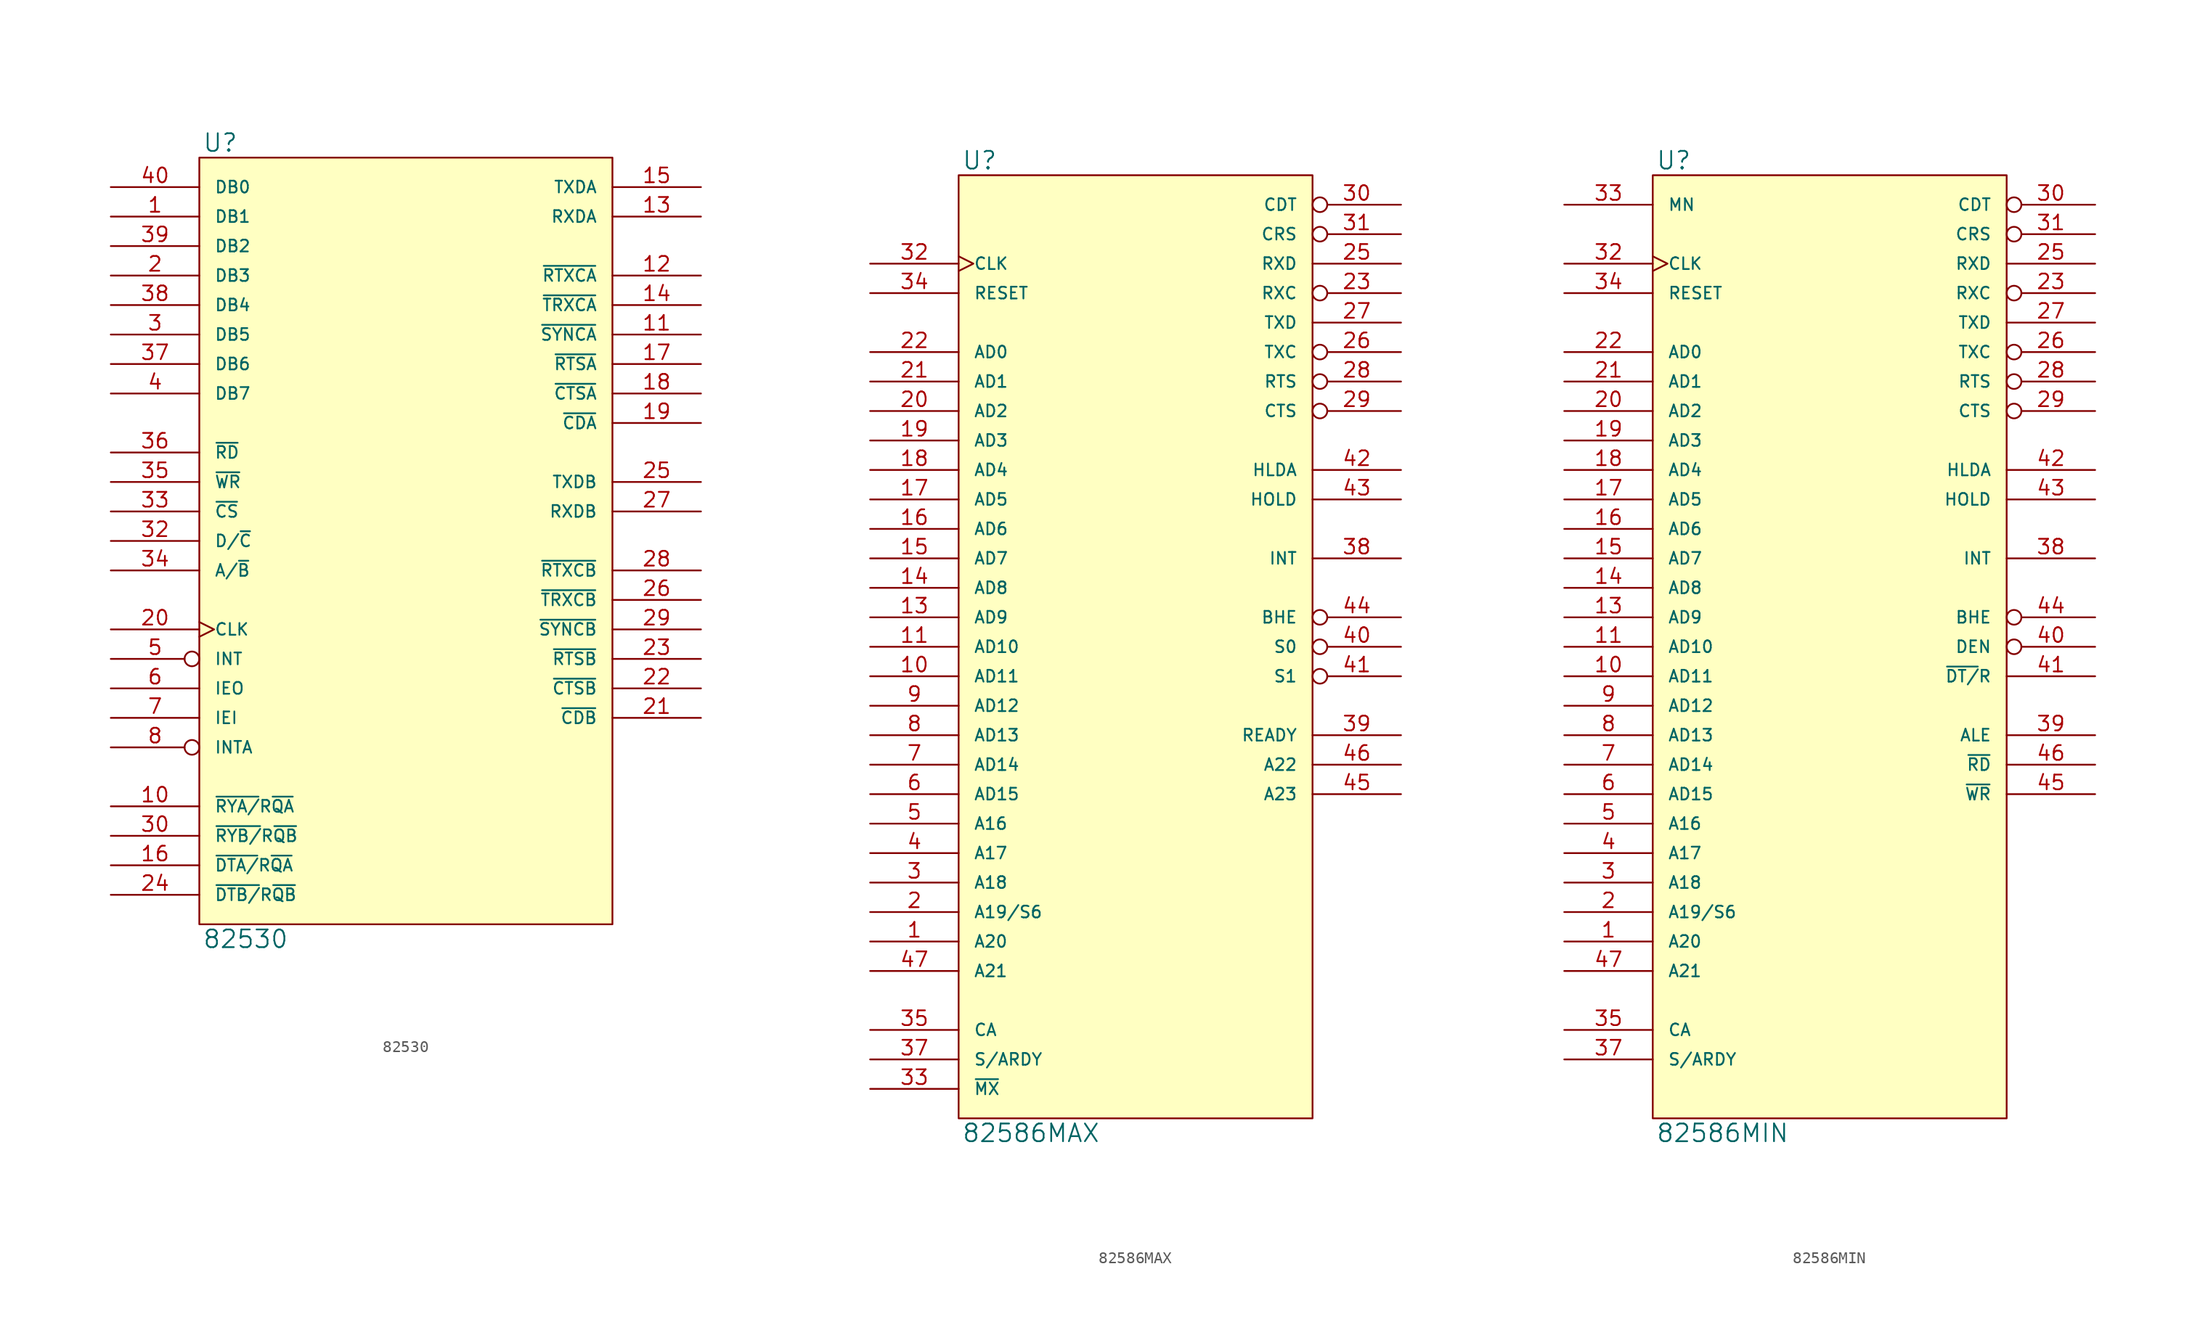
<source format=kicad_sym>
(kicad_symbol_lib
  (version 20231120)
  (generator "kicad_symbol_editor")
  (generator_version "8.0")
  (symbol "82530"
    (pin_names
      (offset 1.27))
    (property "Reference" "U"
      (at 0.254 0.381 0)
      (effects (font (size 1.524 1.524)) (justify left bottom)))
    (property "Value" "82530"
      (at 0.254 -66.421 0)
      (effects (font (size 1.524 1.524)) (justify left top)))
    (symbol "82530_0_1"
      (rectangle (start 0 0) (end 35.56 -66.04) (stroke (width 0) (type solid)) (fill (type background))))
    (symbol "82530_1_1"
      (pin bidirectional line (at -7.62 -5.08 0) (length 7.62) (name "DB1" (effects (font (size 1.016 1.016)))) (number "1" (effects (font (size 1.27 1.27)))))
      (pin output line (at -7.62 -55.88 0) (length 7.62) (name "~{RYA/}R~{QA}" (effects (font (size 1.016 1.016)))) (number "10" (effects (font (size 1.27 1.27)))))
      (pin bidirectional line (at 43.18 -15.24 180) (length 7.62) (name "~{SYNCA}" (effects (font (size 1.016 1.016)))) (number "11" (effects (font (size 1.27 1.27)))))
      (pin input line (at 43.18 -10.16 180) (length 7.62) (name "~{RTXCA}" (effects (font (size 1.016 1.016)))) (number "12" (effects (font (size 1.27 1.27)))))
      (pin input line (at 43.18 -5.08 180) (length 7.62) (name "RXDA" (effects (font (size 1.016 1.016)))) (number "13" (effects (font (size 1.27 1.27)))))
      (pin bidirectional line (at 43.18 -12.7 180) (length 7.62) (name "~{TRXCA}" (effects (font (size 1.016 1.016)))) (number "14" (effects (font (size 1.27 1.27)))))
      (pin output line (at 43.18 -2.54 180) (length 7.62) (name "TXDA" (effects (font (size 1.016 1.016)))) (number "15" (effects (font (size 1.27 1.27)))))
      (pin output line (at -7.62 -60.96 0) (length 7.62) (name "~{DTA/}R~{QA}" (effects (font (size 1.016 1.016)))) (number "16" (effects (font (size 1.27 1.27)))))
      (pin output line (at 43.18 -17.78 180) (length 7.62) (name "~{RTSA}" (effects (font (size 1.016 1.016)))) (number "17" (effects (font (size 1.27 1.27)))))
      (pin input line (at 43.18 -20.32 180) (length 7.62) (name "~{CTSA}" (effects (font (size 1.016 1.016)))) (number "18" (effects (font (size 1.27 1.27)))))
      (pin input line (at 43.18 -22.86 180) (length 7.62) (name "~{CDA}" (effects (font (size 1.016 1.016)))) (number "19" (effects (font (size 1.27 1.27)))))
      (pin bidirectional line (at -7.62 -10.16 0) (length 7.62) (name "DB3" (effects (font (size 1.016 1.016)))) (number "2" (effects (font (size 1.27 1.27)))))
      (pin input clock (at -7.62 -40.64 0) (length 7.62) (name "CLK" (effects (font (size 1.016 1.016)))) (number "20" (effects (font (size 1.27 1.27)))))
      (pin input line (at 43.18 -48.26 180) (length 7.62) (name "~{CDB}" (effects (font (size 1.016 1.016)))) (number "21" (effects (font (size 1.27 1.27)))))
      (pin input line (at 43.18 -45.72 180) (length 7.62) (name "~{CTSB}" (effects (font (size 1.016 1.016)))) (number "22" (effects (font (size 1.27 1.27)))))
      (pin output line (at 43.18 -43.18 180) (length 7.62) (name "~{RTSB}" (effects (font (size 1.016 1.016)))) (number "23" (effects (font (size 1.27 1.27)))))
      (pin output line (at -7.62 -63.5 0) (length 7.62) (name "~{DTB/}R~{QB}" (effects (font (size 1.016 1.016)))) (number "24" (effects (font (size 1.27 1.27)))))
      (pin output line (at 43.18 -27.94 180) (length 7.62) (name "TXDB" (effects (font (size 1.016 1.016)))) (number "25" (effects (font (size 1.27 1.27)))))
      (pin bidirectional line (at 43.18 -38.1 180) (length 7.62) (name "~{TRXCB}" (effects (font (size 1.016 1.016)))) (number "26" (effects (font (size 1.27 1.27)))))
      (pin input line (at 43.18 -30.48 180) (length 7.62) (name "RXDB" (effects (font (size 1.016 1.016)))) (number "27" (effects (font (size 1.27 1.27)))))
      (pin input line (at 43.18 -35.56 180) (length 7.62) (name "~{RTXCB}" (effects (font (size 1.016 1.016)))) (number "28" (effects (font (size 1.27 1.27)))))
      (pin bidirectional line (at 43.18 -40.64 180) (length 7.62) (name "~{SYNCB}" (effects (font (size 1.016 1.016)))) (number "29" (effects (font (size 1.27 1.27)))))
      (pin bidirectional line (at -7.62 -15.24 0) (length 7.62) (name "DB5" (effects (font (size 1.016 1.016)))) (number "3" (effects (font (size 1.27 1.27)))))
      (pin output line (at -7.62 -58.42 0) (length 7.62) (name "~{RYB/}R~{QB}" (effects (font (size 1.016 1.016)))) (number "30" (effects (font (size 1.27 1.27)))))
      (pin power_in line (at 0 -66.04 90) (length 0) hide (name "GND" (effects (font (size 1.016 1.016)))) (number "31" (effects (font (size 1.27 1.27)))))
      (pin input line (at -7.62 -33.02 0) (length 7.62) (name "D/~{C}" (effects (font (size 1.016 1.016)))) (number "32" (effects (font (size 1.27 1.27)))))
      (pin input line (at -7.62 -30.48 0) (length 7.62) (name "~{CS}" (effects (font (size 1.016 1.016)))) (number "33" (effects (font (size 1.27 1.27)))))
      (pin input line (at -7.62 -35.56 0) (length 7.62) (name "A/~{B}" (effects (font (size 1.016 1.016)))) (number "34" (effects (font (size 1.27 1.27)))))
      (pin input line (at -7.62 -27.94 0) (length 7.62) (name "~{WR}" (effects (font (size 1.016 1.016)))) (number "35" (effects (font (size 1.27 1.27)))))
      (pin input line (at -7.62 -25.4 0) (length 7.62) (name "~{RD}" (effects (font (size 1.016 1.016)))) (number "36" (effects (font (size 1.27 1.27)))))
      (pin bidirectional line (at -7.62 -17.78 0) (length 7.62) (name "DB6" (effects (font (size 1.016 1.016)))) (number "37" (effects (font (size 1.27 1.27)))))
      (pin bidirectional line (at -7.62 -12.7 0) (length 7.62) (name "DB4" (effects (font (size 1.016 1.016)))) (number "38" (effects (font (size 1.27 1.27)))))
      (pin bidirectional line (at -7.62 -7.62 0) (length 7.62) (name "DB2" (effects (font (size 1.016 1.016)))) (number "39" (effects (font (size 1.27 1.27)))))
      (pin bidirectional line (at -7.62 -20.32 0) (length 7.62) (name "DB7" (effects (font (size 1.016 1.016)))) (number "4" (effects (font (size 1.27 1.27)))))
      (pin bidirectional line (at -7.62 -2.54 0) (length 7.62) (name "DB0" (effects (font (size 1.016 1.016)))) (number "40" (effects (font (size 1.27 1.27)))))
      (pin output inverted (at -7.62 -43.18 0) (length 7.62) (name "INT" (effects (font (size 1.016 1.016)))) (number "5" (effects (font (size 1.27 1.27)))))
      (pin output line (at -7.62 -45.72 0) (length 7.62) (name "IEO" (effects (font (size 1.016 1.016)))) (number "6" (effects (font (size 1.27 1.27)))))
      (pin input line (at -7.62 -48.26 0) (length 7.62) (name "IEI" (effects (font (size 1.016 1.016)))) (number "7" (effects (font (size 1.27 1.27)))))
      (pin input inverted (at -7.62 -50.8 0) (length 7.62) (name "INTA" (effects (font (size 1.016 1.016)))) (number "8" (effects (font (size 1.27 1.27)))))
      (pin power_in line (at 0 0 270) (length 0) hide (name "VCC" (effects (font (size 1.016 1.016)))) (number "9" (effects (font (size 1.27 1.27)))))))
  (symbol "82586MAX"
    (pin_names
      (offset 1.27))
    (property "Reference" "U"
      (at 0.254 0.381 0)
      (effects (font (size 1.524 1.524)) (justify left bottom)))
    (property "Value" "82586MAX"
      (at 0.254 -81.661 0)
      (effects (font (size 1.524 1.524)) (justify left top)))
    (symbol "82586MAX_0_1"
      (rectangle (start 0 0) (end 30.48 -81.28) (stroke (width 0) (type solid)) (fill (type background))))
    (symbol "82586MAX_1_1"
      (pin output line (at -7.62 -66.04 0) (length 7.62) (name "A20" (effects (font (size 1.016 1.016)))) (number "1" (effects (font (size 1.27 1.27)))))
      (pin bidirectional line (at -7.62 -43.18 0) (length 7.62) (name "AD11" (effects (font (size 1.016 1.016)))) (number "10" (effects (font (size 1.27 1.27)))))
      (pin bidirectional line (at -7.62 -40.64 0) (length 7.62) (name "AD10" (effects (font (size 1.016 1.016)))) (number "11" (effects (font (size 1.27 1.27)))))
      (pin power_in line (at 15.24 -81.28 90) (length 0) hide (name "VSS" (effects (font (size 1.016 1.016)))) (number "12" (effects (font (size 1.27 1.27)))))
      (pin bidirectional line (at -7.62 -38.1 0) (length 7.62) (name "AD9" (effects (font (size 1.016 1.016)))) (number "13" (effects (font (size 1.27 1.27)))))
      (pin bidirectional line (at -7.62 -35.56 0) (length 7.62) (name "AD8" (effects (font (size 1.016 1.016)))) (number "14" (effects (font (size 1.27 1.27)))))
      (pin bidirectional line (at -7.62 -33.02 0) (length 7.62) (name "AD7" (effects (font (size 1.016 1.016)))) (number "15" (effects (font (size 1.27 1.27)))))
      (pin bidirectional line (at -7.62 -30.48 0) (length 7.62) (name "AD6" (effects (font (size 1.016 1.016)))) (number "16" (effects (font (size 1.27 1.27)))))
      (pin bidirectional line (at -7.62 -27.94 0) (length 7.62) (name "AD5" (effects (font (size 1.016 1.016)))) (number "17" (effects (font (size 1.27 1.27)))))
      (pin bidirectional line (at -7.62 -25.4 0) (length 7.62) (name "AD4" (effects (font (size 1.016 1.016)))) (number "18" (effects (font (size 1.27 1.27)))))
      (pin bidirectional line (at -7.62 -22.86 0) (length 7.62) (name "AD3" (effects (font (size 1.016 1.016)))) (number "19" (effects (font (size 1.27 1.27)))))
      (pin output line (at -7.62 -63.5 0) (length 7.62) (name "A19/S6" (effects (font (size 1.016 1.016)))) (number "2" (effects (font (size 1.27 1.27)))))
      (pin bidirectional line (at -7.62 -20.32 0) (length 7.62) (name "AD2" (effects (font (size 1.016 1.016)))) (number "20" (effects (font (size 1.27 1.27)))))
      (pin bidirectional line (at -7.62 -17.78 0) (length 7.62) (name "AD1" (effects (font (size 1.016 1.016)))) (number "21" (effects (font (size 1.27 1.27)))))
      (pin bidirectional line (at -7.62 -15.24 0) (length 7.62) (name "AD0" (effects (font (size 1.016 1.016)))) (number "22" (effects (font (size 1.27 1.27)))))
      (pin input inverted (at 38.1 -10.16 180) (length 7.62) (name "RXC" (effects (font (size 1.016 1.016)))) (number "23" (effects (font (size 1.27 1.27)))))
      (pin power_in line (at 0 -81.28 90) (length 0) hide (name "VSS" (effects (font (size 1.016 1.016)))) (number "24" (effects (font (size 1.27 1.27)))))
      (pin input line (at 38.1 -7.62 180) (length 7.62) (name "RXD" (effects (font (size 1.016 1.016)))) (number "25" (effects (font (size 1.27 1.27)))))
      (pin input inverted (at 38.1 -15.24 180) (length 7.62) (name "TXC" (effects (font (size 1.016 1.016)))) (number "26" (effects (font (size 1.27 1.27)))))
      (pin output line (at 38.1 -12.7 180) (length 7.62) (name "TXD" (effects (font (size 1.016 1.016)))) (number "27" (effects (font (size 1.27 1.27)))))
      (pin output inverted (at 38.1 -17.78 180) (length 7.62) (name "RTS" (effects (font (size 1.016 1.016)))) (number "28" (effects (font (size 1.27 1.27)))))
      (pin input inverted (at 38.1 -20.32 180) (length 7.62) (name "CTS" (effects (font (size 1.016 1.016)))) (number "29" (effects (font (size 1.27 1.27)))))
      (pin output line (at -7.62 -60.96 0) (length 7.62) (name "A18" (effects (font (size 1.016 1.016)))) (number "3" (effects (font (size 1.27 1.27)))))
      (pin input inverted (at 38.1 -2.54 180) (length 7.62) (name "CDT" (effects (font (size 1.016 1.016)))) (number "30" (effects (font (size 1.27 1.27)))))
      (pin input inverted (at 38.1 -5.08 180) (length 7.62) (name "CRS" (effects (font (size 1.016 1.016)))) (number "31" (effects (font (size 1.27 1.27)))))
      (pin input clock (at -7.62 -7.62 0) (length 7.62) (name "CLK" (effects (font (size 1.016 1.016)))) (number "32" (effects (font (size 1.27 1.27)))))
      (pin input line (at -7.62 -78.74 0) (length 7.62) (name "~{MX}" (effects (font (size 1.016 1.016)))) (number "33" (effects (font (size 1.27 1.27)))))
      (pin input line (at -7.62 -10.16 0) (length 7.62) (name "RESET" (effects (font (size 1.016 1.016)))) (number "34" (effects (font (size 1.27 1.27)))))
      (pin input line (at -7.62 -73.66 0) (length 7.62) (name "CA" (effects (font (size 1.016 1.016)))) (number "35" (effects (font (size 1.27 1.27)))))
      (pin power_in line (at 0 0 270) (length 0) hide (name "VCC" (effects (font (size 1.016 1.016)))) (number "36" (effects (font (size 1.27 1.27)))))
      (pin input line (at -7.62 -76.2 0) (length 7.62) (name "S/ARDY" (effects (font (size 1.016 1.016)))) (number "37" (effects (font (size 1.27 1.27)))))
      (pin output line (at 38.1 -33.02 180) (length 7.62) (name "INT" (effects (font (size 1.016 1.016)))) (number "38" (effects (font (size 1.27 1.27)))))
      (pin output line (at 38.1 -48.26 180) (length 7.62) (name "READY" (effects (font (size 1.016 1.016)))) (number "39" (effects (font (size 1.27 1.27)))))
      (pin output line (at -7.62 -58.42 0) (length 7.62) (name "A17" (effects (font (size 1.016 1.016)))) (number "4" (effects (font (size 1.27 1.27)))))
      (pin output inverted (at 38.1 -40.64 180) (length 7.62) (name "S0" (effects (font (size 1.016 1.016)))) (number "40" (effects (font (size 1.27 1.27)))))
      (pin output inverted (at 38.1 -43.18 180) (length 7.62) (name "S1" (effects (font (size 1.016 1.016)))) (number "41" (effects (font (size 1.27 1.27)))))
      (pin input line (at 38.1 -25.4 180) (length 7.62) (name "HLDA" (effects (font (size 1.016 1.016)))) (number "42" (effects (font (size 1.27 1.27)))))
      (pin output line (at 38.1 -27.94 180) (length 7.62) (name "HOLD" (effects (font (size 1.016 1.016)))) (number "43" (effects (font (size 1.27 1.27)))))
      (pin output inverted (at 38.1 -38.1 180) (length 7.62) (name "BHE" (effects (font (size 1.016 1.016)))) (number "44" (effects (font (size 1.27 1.27)))))
      (pin output line (at 38.1 -53.34 180) (length 7.62) (name "A23" (effects (font (size 1.016 1.016)))) (number "45" (effects (font (size 1.27 1.27)))))
      (pin output line (at 38.1 -50.8 180) (length 7.62) (name "A22" (effects (font (size 1.016 1.016)))) (number "46" (effects (font (size 1.27 1.27)))))
      (pin output line (at -7.62 -68.58 0) (length 7.62) (name "A21" (effects (font (size 1.016 1.016)))) (number "47" (effects (font (size 1.27 1.27)))))
      (pin power_in line (at 15.24 0 270) (length 0) hide (name "VCC" (effects (font (size 1.016 1.016)))) (number "48" (effects (font (size 1.27 1.27)))))
      (pin output line (at -7.62 -55.88 0) (length 7.62) (name "A16" (effects (font (size 1.016 1.016)))) (number "5" (effects (font (size 1.27 1.27)))))
      (pin bidirectional line (at -7.62 -53.34 0) (length 7.62) (name "AD15" (effects (font (size 1.016 1.016)))) (number "6" (effects (font (size 1.27 1.27)))))
      (pin bidirectional line (at -7.62 -50.8 0) (length 7.62) (name "AD14" (effects (font (size 1.016 1.016)))) (number "7" (effects (font (size 1.27 1.27)))))
      (pin bidirectional line (at -7.62 -48.26 0) (length 7.62) (name "AD13" (effects (font (size 1.016 1.016)))) (number "8" (effects (font (size 1.27 1.27)))))
      (pin bidirectional line (at -7.62 -45.72 0) (length 7.62) (name "AD12" (effects (font (size 1.016 1.016)))) (number "9" (effects (font (size 1.27 1.27)))))))
  (symbol "82586MIN"
    (pin_names
      (offset 1.27))
    (property "Reference" "U"
      (at 0.254 0.381 0)
      (effects (font (size 1.524 1.524)) (justify left bottom)))
    (property "Value" "82586MIN"
      (at 0.254 -81.661 0)
      (effects (font (size 1.524 1.524)) (justify left top)))
    (symbol "82586MIN_0_1"
      (rectangle (start 0 0) (end 30.48 -81.28) (stroke (width 0) (type solid)) (fill (type background))))
    (symbol "82586MIN_1_1"
      (pin output line (at -7.62 -66.04 0) (length 7.62) (name "A20" (effects (font (size 1.016 1.016)))) (number "1" (effects (font (size 1.27 1.27)))))
      (pin bidirectional line (at -7.62 -43.18 0) (length 7.62) (name "AD11" (effects (font (size 1.016 1.016)))) (number "10" (effects (font (size 1.27 1.27)))))
      (pin bidirectional line (at -7.62 -40.64 0) (length 7.62) (name "AD10" (effects (font (size 1.016 1.016)))) (number "11" (effects (font (size 1.27 1.27)))))
      (pin power_in line (at 15.24 -81.28 90) (length 0) hide (name "VSS" (effects (font (size 1.016 1.016)))) (number "12" (effects (font (size 1.27 1.27)))))
      (pin bidirectional line (at -7.62 -38.1 0) (length 7.62) (name "AD9" (effects (font (size 1.016 1.016)))) (number "13" (effects (font (size 1.27 1.27)))))
      (pin bidirectional line (at -7.62 -35.56 0) (length 7.62) (name "AD8" (effects (font (size 1.016 1.016)))) (number "14" (effects (font (size 1.27 1.27)))))
      (pin bidirectional line (at -7.62 -33.02 0) (length 7.62) (name "AD7" (effects (font (size 1.016 1.016)))) (number "15" (effects (font (size 1.27 1.27)))))
      (pin bidirectional line (at -7.62 -30.48 0) (length 7.62) (name "AD6" (effects (font (size 1.016 1.016)))) (number "16" (effects (font (size 1.27 1.27)))))
      (pin bidirectional line (at -7.62 -27.94 0) (length 7.62) (name "AD5" (effects (font (size 1.016 1.016)))) (number "17" (effects (font (size 1.27 1.27)))))
      (pin bidirectional line (at -7.62 -25.4 0) (length 7.62) (name "AD4" (effects (font (size 1.016 1.016)))) (number "18" (effects (font (size 1.27 1.27)))))
      (pin bidirectional line (at -7.62 -22.86 0) (length 7.62) (name "AD3" (effects (font (size 1.016 1.016)))) (number "19" (effects (font (size 1.27 1.27)))))
      (pin output line (at -7.62 -63.5 0) (length 7.62) (name "A19/S6" (effects (font (size 1.016 1.016)))) (number "2" (effects (font (size 1.27 1.27)))))
      (pin bidirectional line (at -7.62 -20.32 0) (length 7.62) (name "AD2" (effects (font (size 1.016 1.016)))) (number "20" (effects (font (size 1.27 1.27)))))
      (pin bidirectional line (at -7.62 -17.78 0) (length 7.62) (name "AD1" (effects (font (size 1.016 1.016)))) (number "21" (effects (font (size 1.27 1.27)))))
      (pin bidirectional line (at -7.62 -15.24 0) (length 7.62) (name "AD0" (effects (font (size 1.016 1.016)))) (number "22" (effects (font (size 1.27 1.27)))))
      (pin input inverted (at 38.1 -10.16 180) (length 7.62) (name "RXC" (effects (font (size 1.016 1.016)))) (number "23" (effects (font (size 1.27 1.27)))))
      (pin power_in line (at 0 -81.28 90) (length 0) hide (name "VSS" (effects (font (size 1.016 1.016)))) (number "24" (effects (font (size 1.27 1.27)))))
      (pin input line (at 38.1 -7.62 180) (length 7.62) (name "RXD" (effects (font (size 1.016 1.016)))) (number "25" (effects (font (size 1.27 1.27)))))
      (pin input inverted (at 38.1 -15.24 180) (length 7.62) (name "TXC" (effects (font (size 1.016 1.016)))) (number "26" (effects (font (size 1.27 1.27)))))
      (pin output line (at 38.1 -12.7 180) (length 7.62) (name "TXD" (effects (font (size 1.016 1.016)))) (number "27" (effects (font (size 1.27 1.27)))))
      (pin output inverted (at 38.1 -17.78 180) (length 7.62) (name "RTS" (effects (font (size 1.016 1.016)))) (number "28" (effects (font (size 1.27 1.27)))))
      (pin input inverted (at 38.1 -20.32 180) (length 7.62) (name "CTS" (effects (font (size 1.016 1.016)))) (number "29" (effects (font (size 1.27 1.27)))))
      (pin output line (at -7.62 -60.96 0) (length 7.62) (name "A18" (effects (font (size 1.016 1.016)))) (number "3" (effects (font (size 1.27 1.27)))))
      (pin input inverted (at 38.1 -2.54 180) (length 7.62) (name "CDT" (effects (font (size 1.016 1.016)))) (number "30" (effects (font (size 1.27 1.27)))))
      (pin input inverted (at 38.1 -5.08 180) (length 7.62) (name "CRS" (effects (font (size 1.016 1.016)))) (number "31" (effects (font (size 1.27 1.27)))))
      (pin input clock (at -7.62 -7.62 0) (length 7.62) (name "CLK" (effects (font (size 1.016 1.016)))) (number "32" (effects (font (size 1.27 1.27)))))
      (pin input line (at -7.62 -2.54 0) (length 7.62) (name "MN" (effects (font (size 1.016 1.016)))) (number "33" (effects (font (size 1.27 1.27)))))
      (pin input line (at -7.62 -10.16 0) (length 7.62) (name "RESET" (effects (font (size 1.016 1.016)))) (number "34" (effects (font (size 1.27 1.27)))))
      (pin input line (at -7.62 -73.66 0) (length 7.62) (name "CA" (effects (font (size 1.016 1.016)))) (number "35" (effects (font (size 1.27 1.27)))))
      (pin power_in line (at 0 0 270) (length 0) hide (name "VCC" (effects (font (size 1.016 1.016)))) (number "36" (effects (font (size 1.27 1.27)))))
      (pin input line (at -7.62 -76.2 0) (length 7.62) (name "S/ARDY" (effects (font (size 1.016 1.016)))) (number "37" (effects (font (size 1.27 1.27)))))
      (pin output line (at 38.1 -33.02 180) (length 7.62) (name "INT" (effects (font (size 1.016 1.016)))) (number "38" (effects (font (size 1.27 1.27)))))
      (pin output line (at 38.1 -48.26 180) (length 7.62) (name "ALE" (effects (font (size 1.016 1.016)))) (number "39" (effects (font (size 1.27 1.27)))))
      (pin output line (at -7.62 -58.42 0) (length 7.62) (name "A17" (effects (font (size 1.016 1.016)))) (number "4" (effects (font (size 1.27 1.27)))))
      (pin output inverted (at 38.1 -40.64 180) (length 7.62) (name "DEN" (effects (font (size 1.016 1.016)))) (number "40" (effects (font (size 1.27 1.27)))))
      (pin output line (at 38.1 -43.18 180) (length 7.62) (name "~{DT/}R" (effects (font (size 1.016 1.016)))) (number "41" (effects (font (size 1.27 1.27)))))
      (pin input line (at 38.1 -25.4 180) (length 7.62) (name "HLDA" (effects (font (size 1.016 1.016)))) (number "42" (effects (font (size 1.27 1.27)))))
      (pin output line (at 38.1 -27.94 180) (length 7.62) (name "HOLD" (effects (font (size 1.016 1.016)))) (number "43" (effects (font (size 1.27 1.27)))))
      (pin output inverted (at 38.1 -38.1 180) (length 7.62) (name "BHE" (effects (font (size 1.016 1.016)))) (number "44" (effects (font (size 1.27 1.27)))))
      (pin output line (at 38.1 -53.34 180) (length 7.62) (name "~{WR}" (effects (font (size 1.016 1.016)))) (number "45" (effects (font (size 1.27 1.27)))))
      (pin output line (at 38.1 -50.8 180) (length 7.62) (name "~{RD}" (effects (font (size 1.016 1.016)))) (number "46" (effects (font (size 1.27 1.27)))))
      (pin output line (at -7.62 -68.58 0) (length 7.62) (name "A21" (effects (font (size 1.016 1.016)))) (number "47" (effects (font (size 1.27 1.27)))))
      (pin power_in line (at 15.24 0 270) (length 0) hide (name "VCC" (effects (font (size 1.016 1.016)))) (number "48" (effects (font (size 1.27 1.27)))))
      (pin output line (at -7.62 -55.88 0) (length 7.62) (name "A16" (effects (font (size 1.016 1.016)))) (number "5" (effects (font (size 1.27 1.27)))))
      (pin bidirectional line (at -7.62 -53.34 0) (length 7.62) (name "AD15" (effects (font (size 1.016 1.016)))) (number "6" (effects (font (size 1.27 1.27)))))
      (pin bidirectional line (at -7.62 -50.8 0) (length 7.62) (name "AD14" (effects (font (size 1.016 1.016)))) (number "7" (effects (font (size 1.27 1.27)))))
      (pin bidirectional line (at -7.62 -48.26 0) (length 7.62) (name "AD13" (effects (font (size 1.016 1.016)))) (number "8" (effects (font (size 1.27 1.27)))))
      (pin bidirectional line (at -7.62 -45.72 0) (length 7.62) (name "AD12" (effects (font (size 1.016 1.016)))) (number "9" (effects (font (size 1.27 1.27))))))))
</source>
